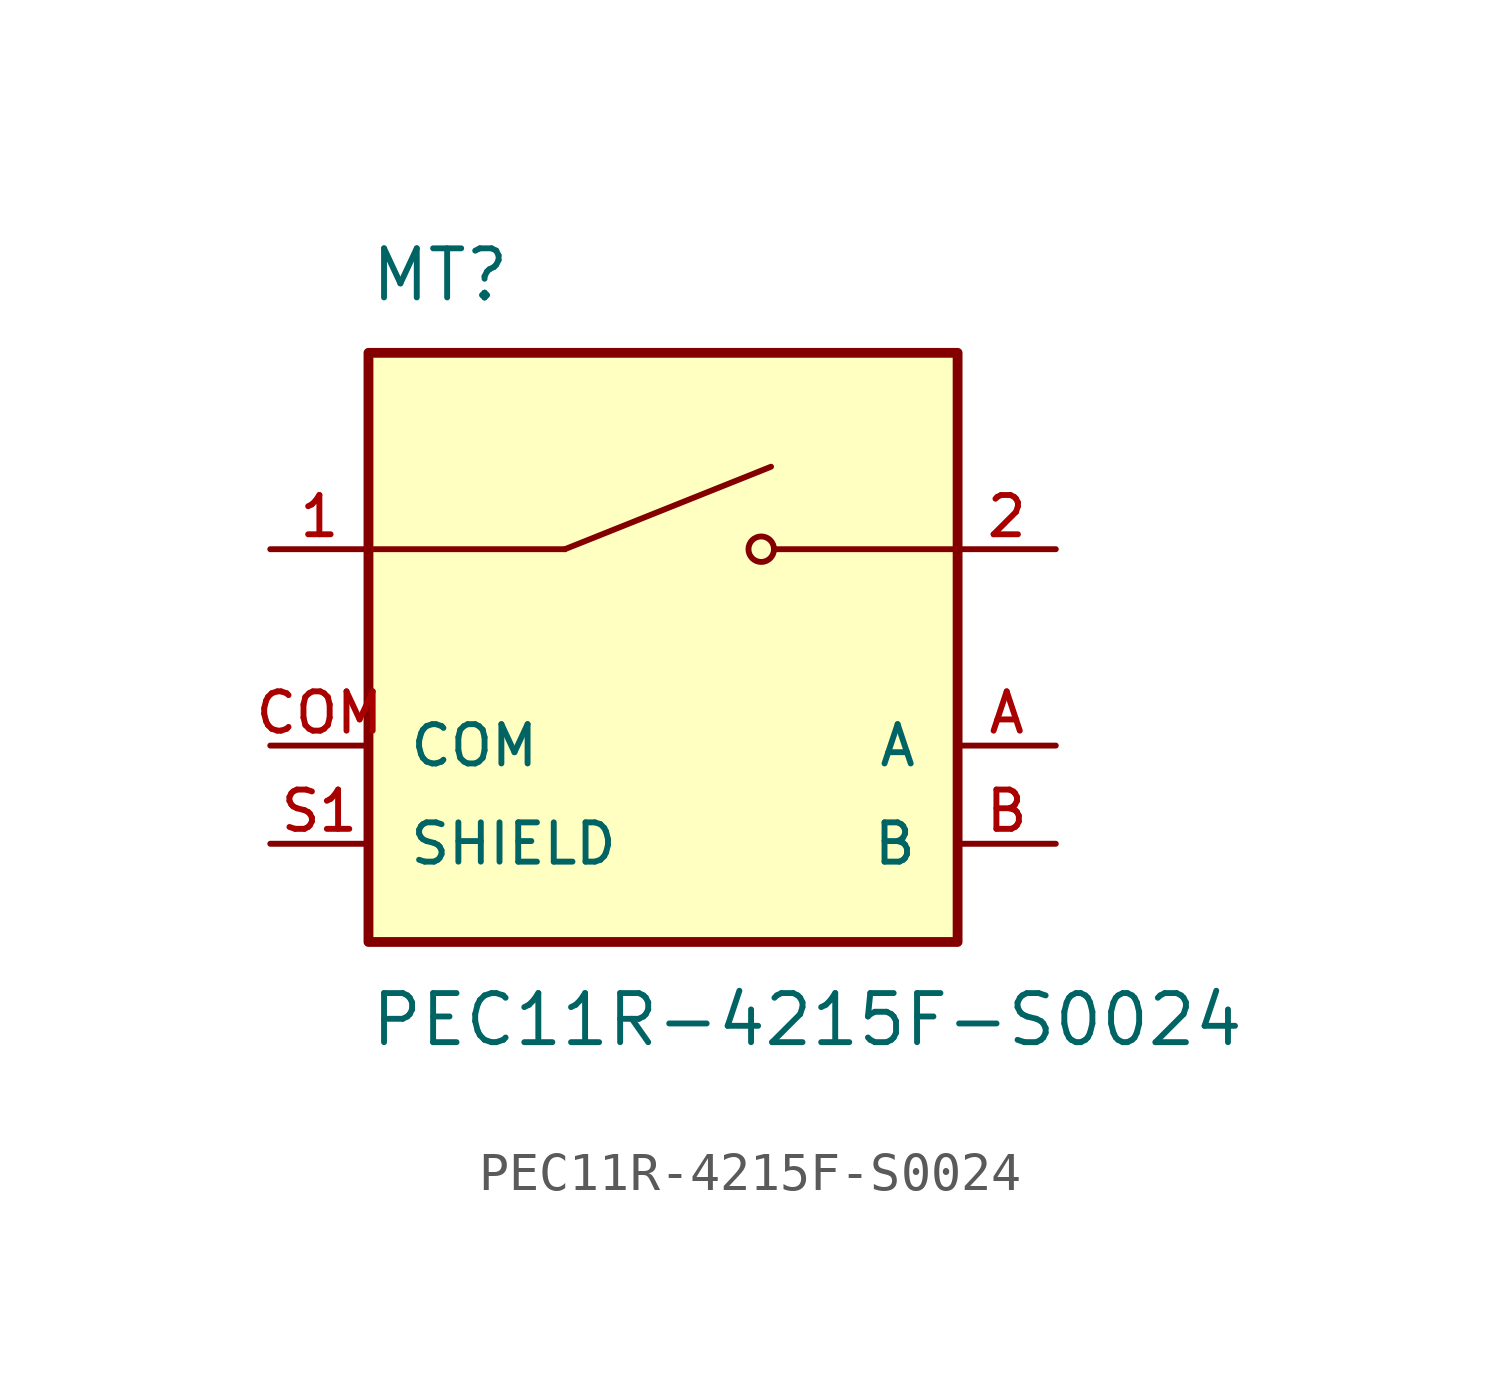
<source format=kicad_sym>
(kicad_symbol_lib
  (version 20211014)
  (generator kicad_symbol_editor)
  (symbol "PEC11R-4215F-S0024"
    (pin_names
      (offset 1.016))
    (property "Reference" "MT"
      (at -7.62 8.89 0)
      (effects (font (size 1.27 1.27)) (justify bottom left)))
    (property "Value" "PEC11R-4215F-S0024"
      (at -7.62 -8.89 0)
      (effects (font (size 1.27 1.27)) (justify top left)))
    (symbol "PEC11R-4215F-S0024_0_0"
      (polyline (pts (xy -2.54 2.54) (xy 2.794 4.674)) (stroke (width 0.152)))
      (circle (center 2.54 2.54) (radius 0.33) (stroke (width 0.152)) (fill (type none)))
      (polyline (pts (xy 7.62 2.54) (xy 2.921 2.54)) (stroke (width 0.152)))
      (polyline (pts (xy -2.54 2.54) (xy -7.62 2.54)) (stroke (width 0.152)))
      (rectangle (start -7.62 -7.62) (end 7.62 7.62) (stroke (width 0.254)) (fill (type background)))
      (pin passive line (at -10.16 2.54 0) (length 2.54) (name "~" (effects (font (size 1.016 1.016)))) (number "1" (effects (font (size 1.016 1.016)))))
      (pin passive line (at 10.16 2.54 180.0) (length 2.54) (name "~" (effects (font (size 1.016 1.016)))) (number "2" (effects (font (size 1.016 1.016)))))
      (pin passive line (at 10.16 -2.54 180.0) (length 2.54) (name "A" (effects (font (size 1.016 1.016)))) (number "A" (effects (font (size 1.016 1.016)))))
      (pin passive line (at 10.16 -5.08 180.0) (length 2.54) (name "B" (effects (font (size 1.016 1.016)))) (number "B" (effects (font (size 1.016 1.016)))))
      (pin passive line (at -10.16 -2.54 0) (length 2.54) (name "COM" (effects (font (size 1.016 1.016)))) (number "COM" (effects (font (size 1.016 1.016)))))
      (pin passive line (at -10.16 -5.08 0) (length 2.54) (name "SHIELD" (effects (font (size 1.016 1.016)))) (number "S1" (effects (font (size 1.016 1.016)))))
      (pin passive line (at -10.16 -5.08 0) (length 2.54) hide (name "SHIELD" (effects (font (size 1.016 1.016)))) (number "S2" (effects (font (size 1.016 1.016))))))))
</source>
